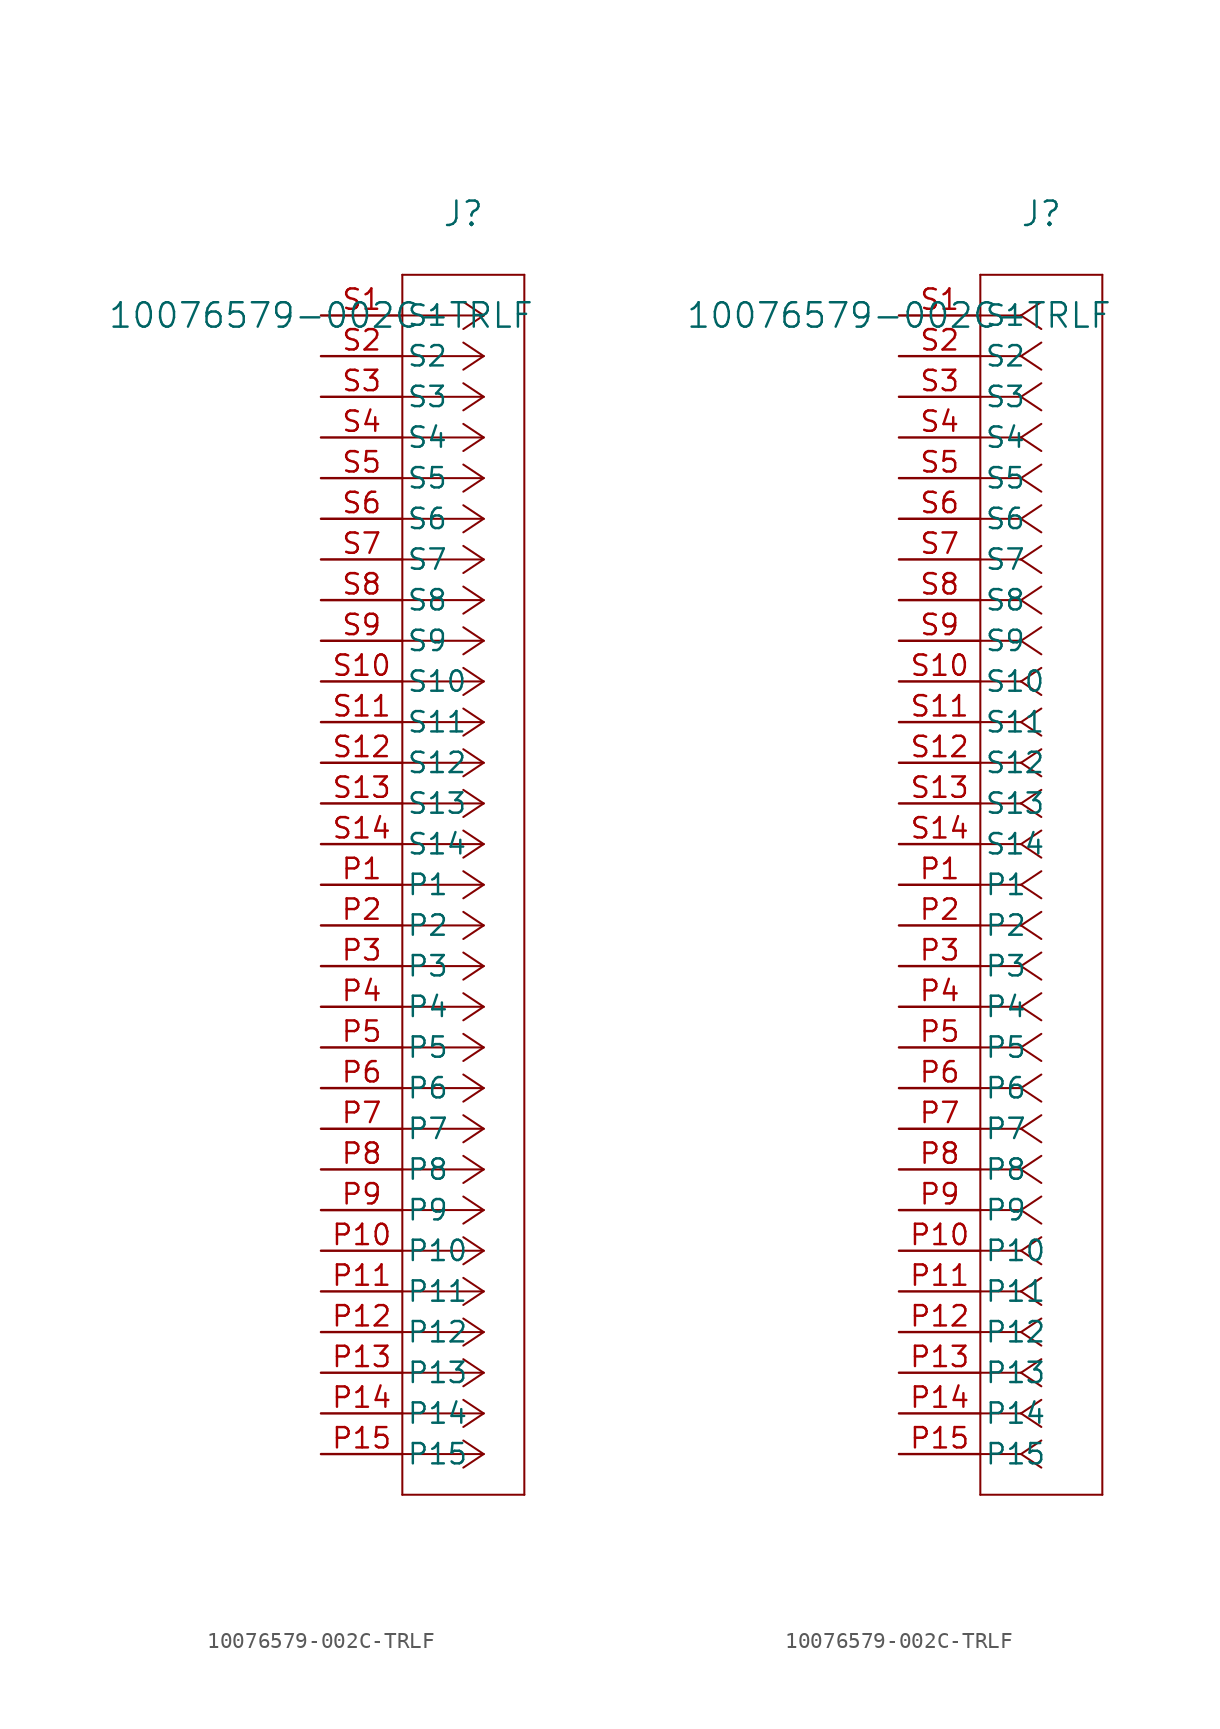
<source format=kicad_sym>
(kicad_symbol_lib
  (version 20211014)
  (generator kicad_symbol_editor)
  (symbol "10076579-002C-TRLF"
    (pin_names
      (offset 0.254))
    (property "Reference" "J"
      (at 8.89 6.35 0)
      (effects (font (size 1.524 1.524))))
    (property "Value" "10076579-002C-TRLF"
      (at 0 0 0)
      (effects (font (size 1.524 1.524))))
    (symbol "10076579-002C-TRLF_1_1"
      (polyline (pts (xy 10.16 0) (xy 5.08 0)) (stroke (width 0.127) (type default) (color 0 0 0 0)) (fill (type none)))
      (polyline (pts (xy 10.16 -2.54) (xy 5.08 -2.54)) (stroke (width 0.127) (type default) (color 0 0 0 0)) (fill (type none)))
      (polyline (pts (xy 10.16 -5.08) (xy 5.08 -5.08)) (stroke (width 0.127) (type default) (color 0 0 0 0)) (fill (type none)))
      (polyline (pts (xy 10.16 -7.62) (xy 5.08 -7.62)) (stroke (width 0.127) (type default) (color 0 0 0 0)) (fill (type none)))
      (polyline (pts (xy 10.16 -10.16) (xy 5.08 -10.16)) (stroke (width 0.127) (type default) (color 0 0 0 0)) (fill (type none)))
      (polyline (pts (xy 10.16 -12.7) (xy 5.08 -12.7)) (stroke (width 0.127) (type default) (color 0 0 0 0)) (fill (type none)))
      (polyline (pts (xy 10.16 -15.24) (xy 5.08 -15.24)) (stroke (width 0.127) (type default) (color 0 0 0 0)) (fill (type none)))
      (polyline (pts (xy 10.16 -17.78) (xy 5.08 -17.78)) (stroke (width 0.127) (type default) (color 0 0 0 0)) (fill (type none)))
      (polyline (pts (xy 10.16 -20.32) (xy 5.08 -20.32)) (stroke (width 0.127) (type default) (color 0 0 0 0)) (fill (type none)))
      (polyline (pts (xy 10.16 -22.86) (xy 5.08 -22.86)) (stroke (width 0.127) (type default) (color 0 0 0 0)) (fill (type none)))
      (polyline (pts (xy 10.16 -25.4) (xy 5.08 -25.4)) (stroke (width 0.127) (type default) (color 0 0 0 0)) (fill (type none)))
      (polyline (pts (xy 10.16 -27.94) (xy 5.08 -27.94)) (stroke (width 0.127) (type default) (color 0 0 0 0)) (fill (type none)))
      (polyline (pts (xy 10.16 -30.48) (xy 5.08 -30.48)) (stroke (width 0.127) (type default) (color 0 0 0 0)) (fill (type none)))
      (polyline (pts (xy 10.16 -33.02) (xy 5.08 -33.02)) (stroke (width 0.127) (type default) (color 0 0 0 0)) (fill (type none)))
      (polyline (pts (xy 10.16 -35.56) (xy 5.08 -35.56)) (stroke (width 0.127) (type default) (color 0 0 0 0)) (fill (type none)))
      (polyline (pts (xy 10.16 -38.1) (xy 5.08 -38.1)) (stroke (width 0.127) (type default) (color 0 0 0 0)) (fill (type none)))
      (polyline (pts (xy 10.16 -40.64) (xy 5.08 -40.64)) (stroke (width 0.127) (type default) (color 0 0 0 0)) (fill (type none)))
      (polyline (pts (xy 10.16 -43.18) (xy 5.08 -43.18)) (stroke (width 0.127) (type default) (color 0 0 0 0)) (fill (type none)))
      (polyline (pts (xy 10.16 -45.72) (xy 5.08 -45.72)) (stroke (width 0.127) (type default) (color 0 0 0 0)) (fill (type none)))
      (polyline (pts (xy 10.16 -48.26) (xy 5.08 -48.26)) (stroke (width 0.127) (type default) (color 0 0 0 0)) (fill (type none)))
      (polyline (pts (xy 10.16 -50.8) (xy 5.08 -50.8)) (stroke (width 0.127) (type default) (color 0 0 0 0)) (fill (type none)))
      (polyline (pts (xy 10.16 -53.34) (xy 5.08 -53.34)) (stroke (width 0.127) (type default) (color 0 0 0 0)) (fill (type none)))
      (polyline (pts (xy 10.16 -55.88) (xy 5.08 -55.88)) (stroke (width 0.127) (type default) (color 0 0 0 0)) (fill (type none)))
      (polyline (pts (xy 10.16 -58.42) (xy 5.08 -58.42)) (stroke (width 0.127) (type default) (color 0 0 0 0)) (fill (type none)))
      (polyline (pts (xy 10.16 -60.96) (xy 5.08 -60.96)) (stroke (width 0.127) (type default) (color 0 0 0 0)) (fill (type none)))
      (polyline (pts (xy 10.16 -63.5) (xy 5.08 -63.5)) (stroke (width 0.127) (type default) (color 0 0 0 0)) (fill (type none)))
      (polyline (pts (xy 10.16 -66.04) (xy 5.08 -66.04)) (stroke (width 0.127) (type default) (color 0 0 0 0)) (fill (type none)))
      (polyline (pts (xy 10.16 -68.58) (xy 5.08 -68.58)) (stroke (width 0.127) (type default) (color 0 0 0 0)) (fill (type none)))
      (polyline (pts (xy 10.16 -71.12) (xy 5.08 -71.12)) (stroke (width 0.127) (type default) (color 0 0 0 0)) (fill (type none)))
      (polyline (pts (xy 10.16 0) (xy 8.89 0.847)) (stroke (width 0.127) (type default) (color 0 0 0 0)) (fill (type none)))
      (polyline (pts (xy 10.16 -2.54) (xy 8.89 -1.693)) (stroke (width 0.127) (type default) (color 0 0 0 0)) (fill (type none)))
      (polyline (pts (xy 10.16 -5.08) (xy 8.89 -4.233)) (stroke (width 0.127) (type default) (color 0 0 0 0)) (fill (type none)))
      (polyline (pts (xy 10.16 -7.62) (xy 8.89 -6.773)) (stroke (width 0.127) (type default) (color 0 0 0 0)) (fill (type none)))
      (polyline (pts (xy 10.16 -10.16) (xy 8.89 -9.313)) (stroke (width 0.127) (type default) (color 0 0 0 0)) (fill (type none)))
      (polyline (pts (xy 10.16 -12.7) (xy 8.89 -11.853)) (stroke (width 0.127) (type default) (color 0 0 0 0)) (fill (type none)))
      (polyline (pts (xy 10.16 -15.24) (xy 8.89 -14.393)) (stroke (width 0.127) (type default) (color 0 0 0 0)) (fill (type none)))
      (polyline (pts (xy 10.16 -17.78) (xy 8.89 -16.933)) (stroke (width 0.127) (type default) (color 0 0 0 0)) (fill (type none)))
      (polyline (pts (xy 10.16 -20.32) (xy 8.89 -19.473)) (stroke (width 0.127) (type default) (color 0 0 0 0)) (fill (type none)))
      (polyline (pts (xy 10.16 -22.86) (xy 8.89 -22.013)) (stroke (width 0.127) (type default) (color 0 0 0 0)) (fill (type none)))
      (polyline (pts (xy 10.16 -25.4) (xy 8.89 -24.553)) (stroke (width 0.127) (type default) (color 0 0 0 0)) (fill (type none)))
      (polyline (pts (xy 10.16 -27.94) (xy 8.89 -27.093)) (stroke (width 0.127) (type default) (color 0 0 0 0)) (fill (type none)))
      (polyline (pts (xy 10.16 -30.48) (xy 8.89 -29.633)) (stroke (width 0.127) (type default) (color 0 0 0 0)) (fill (type none)))
      (polyline (pts (xy 10.16 -33.02) (xy 8.89 -32.173)) (stroke (width 0.127) (type default) (color 0 0 0 0)) (fill (type none)))
      (polyline (pts (xy 10.16 -35.56) (xy 8.89 -34.713)) (stroke (width 0.127) (type default) (color 0 0 0 0)) (fill (type none)))
      (polyline (pts (xy 10.16 -38.1) (xy 8.89 -37.253)) (stroke (width 0.127) (type default) (color 0 0 0 0)) (fill (type none)))
      (polyline (pts (xy 10.16 -40.64) (xy 8.89 -39.793)) (stroke (width 0.127) (type default) (color 0 0 0 0)) (fill (type none)))
      (polyline (pts (xy 10.16 -43.18) (xy 8.89 -42.333)) (stroke (width 0.127) (type default) (color 0 0 0 0)) (fill (type none)))
      (polyline (pts (xy 10.16 -45.72) (xy 8.89 -44.873)) (stroke (width 0.127) (type default) (color 0 0 0 0)) (fill (type none)))
      (polyline (pts (xy 10.16 -48.26) (xy 8.89 -47.413)) (stroke (width 0.127) (type default) (color 0 0 0 0)) (fill (type none)))
      (polyline (pts (xy 10.16 -50.8) (xy 8.89 -49.953)) (stroke (width 0.127) (type default) (color 0 0 0 0)) (fill (type none)))
      (polyline (pts (xy 10.16 -53.34) (xy 8.89 -52.493)) (stroke (width 0.127) (type default) (color 0 0 0 0)) (fill (type none)))
      (polyline (pts (xy 10.16 -55.88) (xy 8.89 -55.033)) (stroke (width 0.127) (type default) (color 0 0 0 0)) (fill (type none)))
      (polyline (pts (xy 10.16 -58.42) (xy 8.89 -57.573)) (stroke (width 0.127) (type default) (color 0 0 0 0)) (fill (type none)))
      (polyline (pts (xy 10.16 -60.96) (xy 8.89 -60.113)) (stroke (width 0.127) (type default) (color 0 0 0 0)) (fill (type none)))
      (polyline (pts (xy 10.16 -63.5) (xy 8.89 -62.653)) (stroke (width 0.127) (type default) (color 0 0 0 0)) (fill (type none)))
      (polyline (pts (xy 10.16 -66.04) (xy 8.89 -65.193)) (stroke (width 0.127) (type default) (color 0 0 0 0)) (fill (type none)))
      (polyline (pts (xy 10.16 -68.58) (xy 8.89 -67.733)) (stroke (width 0.127) (type default) (color 0 0 0 0)) (fill (type none)))
      (polyline (pts (xy 10.16 -71.12) (xy 8.89 -70.273)) (stroke (width 0.127) (type default) (color 0 0 0 0)) (fill (type none)))
      (polyline (pts (xy 10.16 0) (xy 8.89 -0.847)) (stroke (width 0.127) (type default) (color 0 0 0 0)) (fill (type none)))
      (polyline (pts (xy 10.16 -2.54) (xy 8.89 -3.387)) (stroke (width 0.127) (type default) (color 0 0 0 0)) (fill (type none)))
      (polyline (pts (xy 10.16 -5.08) (xy 8.89 -5.927)) (stroke (width 0.127) (type default) (color 0 0 0 0)) (fill (type none)))
      (polyline (pts (xy 10.16 -7.62) (xy 8.89 -8.467)) (stroke (width 0.127) (type default) (color 0 0 0 0)) (fill (type none)))
      (polyline (pts (xy 10.16 -10.16) (xy 8.89 -11.007)) (stroke (width 0.127) (type default) (color 0 0 0 0)) (fill (type none)))
      (polyline (pts (xy 10.16 -12.7) (xy 8.89 -13.547)) (stroke (width 0.127) (type default) (color 0 0 0 0)) (fill (type none)))
      (polyline (pts (xy 10.16 -15.24) (xy 8.89 -16.087)) (stroke (width 0.127) (type default) (color 0 0 0 0)) (fill (type none)))
      (polyline (pts (xy 10.16 -17.78) (xy 8.89 -18.627)) (stroke (width 0.127) (type default) (color 0 0 0 0)) (fill (type none)))
      (polyline (pts (xy 10.16 -20.32) (xy 8.89 -21.167)) (stroke (width 0.127) (type default) (color 0 0 0 0)) (fill (type none)))
      (polyline (pts (xy 10.16 -22.86) (xy 8.89 -23.707)) (stroke (width 0.127) (type default) (color 0 0 0 0)) (fill (type none)))
      (polyline (pts (xy 10.16 -25.4) (xy 8.89 -26.247)) (stroke (width 0.127) (type default) (color 0 0 0 0)) (fill (type none)))
      (polyline (pts (xy 10.16 -27.94) (xy 8.89 -28.787)) (stroke (width 0.127) (type default) (color 0 0 0 0)) (fill (type none)))
      (polyline (pts (xy 10.16 -30.48) (xy 8.89 -31.327)) (stroke (width 0.127) (type default) (color 0 0 0 0)) (fill (type none)))
      (polyline (pts (xy 10.16 -33.02) (xy 8.89 -33.867)) (stroke (width 0.127) (type default) (color 0 0 0 0)) (fill (type none)))
      (polyline (pts (xy 10.16 -35.56) (xy 8.89 -36.407)) (stroke (width 0.127) (type default) (color 0 0 0 0)) (fill (type none)))
      (polyline (pts (xy 10.16 -38.1) (xy 8.89 -38.947)) (stroke (width 0.127) (type default) (color 0 0 0 0)) (fill (type none)))
      (polyline (pts (xy 10.16 -40.64) (xy 8.89 -41.487)) (stroke (width 0.127) (type default) (color 0 0 0 0)) (fill (type none)))
      (polyline (pts (xy 10.16 -43.18) (xy 8.89 -44.027)) (stroke (width 0.127) (type default) (color 0 0 0 0)) (fill (type none)))
      (polyline (pts (xy 10.16 -45.72) (xy 8.89 -46.567)) (stroke (width 0.127) (type default) (color 0 0 0 0)) (fill (type none)))
      (polyline (pts (xy 10.16 -48.26) (xy 8.89 -49.107)) (stroke (width 0.127) (type default) (color 0 0 0 0)) (fill (type none)))
      (polyline (pts (xy 10.16 -50.8) (xy 8.89 -51.647)) (stroke (width 0.127) (type default) (color 0 0 0 0)) (fill (type none)))
      (polyline (pts (xy 10.16 -53.34) (xy 8.89 -54.187)) (stroke (width 0.127) (type default) (color 0 0 0 0)) (fill (type none)))
      (polyline (pts (xy 10.16 -55.88) (xy 8.89 -56.727)) (stroke (width 0.127) (type default) (color 0 0 0 0)) (fill (type none)))
      (polyline (pts (xy 10.16 -58.42) (xy 8.89 -59.267)) (stroke (width 0.127) (type default) (color 0 0 0 0)) (fill (type none)))
      (polyline (pts (xy 10.16 -60.96) (xy 8.89 -61.807)) (stroke (width 0.127) (type default) (color 0 0 0 0)) (fill (type none)))
      (polyline (pts (xy 10.16 -63.5) (xy 8.89 -64.347)) (stroke (width 0.127) (type default) (color 0 0 0 0)) (fill (type none)))
      (polyline (pts (xy 10.16 -66.04) (xy 8.89 -66.887)) (stroke (width 0.127) (type default) (color 0 0 0 0)) (fill (type none)))
      (polyline (pts (xy 10.16 -68.58) (xy 8.89 -69.427)) (stroke (width 0.127) (type default) (color 0 0 0 0)) (fill (type none)))
      (polyline (pts (xy 10.16 -71.12) (xy 8.89 -71.967)) (stroke (width 0.127) (type default) (color 0 0 0 0)) (fill (type none)))
      (polyline (pts (xy 5.08 2.54) (xy 5.08 -73.66)) (stroke (width 0.127) (type default) (color 0 0 0 0)) (fill (type none)))
      (polyline (pts (xy 5.08 -73.66) (xy 12.7 -73.66)) (stroke (width 0.127) (type default) (color 0 0 0 0)) (fill (type none)))
      (polyline (pts (xy 12.7 -73.66) (xy 12.7 2.54)) (stroke (width 0.127) (type default) (color 0 0 0 0)) (fill (type none)))
      (polyline (pts (xy 12.7 2.54) (xy 5.08 2.54)) (stroke (width 0.127) (type default) (color 0 0 0 0)) (fill (type none)))
      (pin unspecified line (at 0 0 0) (length 5.08) (name "S1" (effects (font (size 1.27 1.27)))) (number "S1" (effects (font (size 1.27 1.27)))))
      (pin unspecified line (at 0 -2.54 0) (length 5.08) (name "S2" (effects (font (size 1.27 1.27)))) (number "S2" (effects (font (size 1.27 1.27)))))
      (pin unspecified line (at 0 -5.08 0) (length 5.08) (name "S3" (effects (font (size 1.27 1.27)))) (number "S3" (effects (font (size 1.27 1.27)))))
      (pin unspecified line (at 0 -7.62 0) (length 5.08) (name "S4" (effects (font (size 1.27 1.27)))) (number "S4" (effects (font (size 1.27 1.27)))))
      (pin unspecified line (at 0 -10.16 0) (length 5.08) (name "S5" (effects (font (size 1.27 1.27)))) (number "S5" (effects (font (size 1.27 1.27)))))
      (pin unspecified line (at 0 -12.7 0) (length 5.08) (name "S6" (effects (font (size 1.27 1.27)))) (number "S6" (effects (font (size 1.27 1.27)))))
      (pin unspecified line (at 0 -15.24 0) (length 5.08) (name "S7" (effects (font (size 1.27 1.27)))) (number "S7" (effects (font (size 1.27 1.27)))))
      (pin unspecified line (at 0 -17.78 0) (length 5.08) (name "S8" (effects (font (size 1.27 1.27)))) (number "S8" (effects (font (size 1.27 1.27)))))
      (pin unspecified line (at 0 -20.32 0) (length 5.08) (name "S9" (effects (font (size 1.27 1.27)))) (number "S9" (effects (font (size 1.27 1.27)))))
      (pin unspecified line (at 0 -22.86 0) (length 5.08) (name "S10" (effects (font (size 1.27 1.27)))) (number "S10" (effects (font (size 1.27 1.27)))))
      (pin unspecified line (at 0 -25.4 0) (length 5.08) (name "S11" (effects (font (size 1.27 1.27)))) (number "S11" (effects (font (size 1.27 1.27)))))
      (pin unspecified line (at 0 -27.94 0) (length 5.08) (name "S12" (effects (font (size 1.27 1.27)))) (number "S12" (effects (font (size 1.27 1.27)))))
      (pin unspecified line (at 0 -30.48 0) (length 5.08) (name "S13" (effects (font (size 1.27 1.27)))) (number "S13" (effects (font (size 1.27 1.27)))))
      (pin unspecified line (at 0 -33.02 0) (length 5.08) (name "S14" (effects (font (size 1.27 1.27)))) (number "S14" (effects (font (size 1.27 1.27)))))
      (pin unspecified line (at 0 -35.56 0) (length 5.08) (name "P1" (effects (font (size 1.27 1.27)))) (number "P1" (effects (font (size 1.27 1.27)))))
      (pin unspecified line (at 0 -38.1 0) (length 5.08) (name "P2" (effects (font (size 1.27 1.27)))) (number "P2" (effects (font (size 1.27 1.27)))))
      (pin unspecified line (at 0 -40.64 0) (length 5.08) (name "P3" (effects (font (size 1.27 1.27)))) (number "P3" (effects (font (size 1.27 1.27)))))
      (pin unspecified line (at 0 -43.18 0) (length 5.08) (name "P4" (effects (font (size 1.27 1.27)))) (number "P4" (effects (font (size 1.27 1.27)))))
      (pin unspecified line (at 0 -45.72 0) (length 5.08) (name "P5" (effects (font (size 1.27 1.27)))) (number "P5" (effects (font (size 1.27 1.27)))))
      (pin unspecified line (at 0 -48.26 0) (length 5.08) (name "P6" (effects (font (size 1.27 1.27)))) (number "P6" (effects (font (size 1.27 1.27)))))
      (pin unspecified line (at 0 -50.8 0) (length 5.08) (name "P7" (effects (font (size 1.27 1.27)))) (number "P7" (effects (font (size 1.27 1.27)))))
      (pin unspecified line (at 0 -53.34 0) (length 5.08) (name "P8" (effects (font (size 1.27 1.27)))) (number "P8" (effects (font (size 1.27 1.27)))))
      (pin unspecified line (at 0 -55.88 0) (length 5.08) (name "P9" (effects (font (size 1.27 1.27)))) (number "P9" (effects (font (size 1.27 1.27)))))
      (pin unspecified line (at 0 -58.42 0) (length 5.08) (name "P10" (effects (font (size 1.27 1.27)))) (number "P10" (effects (font (size 1.27 1.27)))))
      (pin unspecified line (at 0 -60.96 0) (length 5.08) (name "P11" (effects (font (size 1.27 1.27)))) (number "P11" (effects (font (size 1.27 1.27)))))
      (pin unspecified line (at 0 -63.5 0) (length 5.08) (name "P12" (effects (font (size 1.27 1.27)))) (number "P12" (effects (font (size 1.27 1.27)))))
      (pin unspecified line (at 0 -66.04 0) (length 5.08) (name "P13" (effects (font (size 1.27 1.27)))) (number "P13" (effects (font (size 1.27 1.27)))))
      (pin unspecified line (at 0 -68.58 0) (length 5.08) (name "P14" (effects (font (size 1.27 1.27)))) (number "P14" (effects (font (size 1.27 1.27)))))
      (pin unspecified line (at 0 -71.12 0) (length 5.08) (name "P15" (effects (font (size 1.27 1.27)))) (number "P15" (effects (font (size 1.27 1.27))))))
    (symbol "10076579-002C-TRLF_1_2"
      (polyline (pts (xy 7.62 0) (xy 5.08 0)) (stroke (width 0.127) (type default) (color 0 0 0 0)) (fill (type none)))
      (polyline (pts (xy 7.62 -2.54) (xy 5.08 -2.54)) (stroke (width 0.127) (type default) (color 0 0 0 0)) (fill (type none)))
      (polyline (pts (xy 7.62 -5.08) (xy 5.08 -5.08)) (stroke (width 0.127) (type default) (color 0 0 0 0)) (fill (type none)))
      (polyline (pts (xy 7.62 -7.62) (xy 5.08 -7.62)) (stroke (width 0.127) (type default) (color 0 0 0 0)) (fill (type none)))
      (polyline (pts (xy 7.62 -10.16) (xy 5.08 -10.16)) (stroke (width 0.127) (type default) (color 0 0 0 0)) (fill (type none)))
      (polyline (pts (xy 7.62 -12.7) (xy 5.08 -12.7)) (stroke (width 0.127) (type default) (color 0 0 0 0)) (fill (type none)))
      (polyline (pts (xy 7.62 -15.24) (xy 5.08 -15.24)) (stroke (width 0.127) (type default) (color 0 0 0 0)) (fill (type none)))
      (polyline (pts (xy 7.62 -17.78) (xy 5.08 -17.78)) (stroke (width 0.127) (type default) (color 0 0 0 0)) (fill (type none)))
      (polyline (pts (xy 7.62 -20.32) (xy 5.08 -20.32)) (stroke (width 0.127) (type default) (color 0 0 0 0)) (fill (type none)))
      (polyline (pts (xy 7.62 -22.86) (xy 5.08 -22.86)) (stroke (width 0.127) (type default) (color 0 0 0 0)) (fill (type none)))
      (polyline (pts (xy 7.62 -25.4) (xy 5.08 -25.4)) (stroke (width 0.127) (type default) (color 0 0 0 0)) (fill (type none)))
      (polyline (pts (xy 7.62 -27.94) (xy 5.08 -27.94)) (stroke (width 0.127) (type default) (color 0 0 0 0)) (fill (type none)))
      (polyline (pts (xy 7.62 -30.48) (xy 5.08 -30.48)) (stroke (width 0.127) (type default) (color 0 0 0 0)) (fill (type none)))
      (polyline (pts (xy 7.62 -33.02) (xy 5.08 -33.02)) (stroke (width 0.127) (type default) (color 0 0 0 0)) (fill (type none)))
      (polyline (pts (xy 7.62 -35.56) (xy 5.08 -35.56)) (stroke (width 0.127) (type default) (color 0 0 0 0)) (fill (type none)))
      (polyline (pts (xy 7.62 -38.1) (xy 5.08 -38.1)) (stroke (width 0.127) (type default) (color 0 0 0 0)) (fill (type none)))
      (polyline (pts (xy 7.62 -40.64) (xy 5.08 -40.64)) (stroke (width 0.127) (type default) (color 0 0 0 0)) (fill (type none)))
      (polyline (pts (xy 7.62 -43.18) (xy 5.08 -43.18)) (stroke (width 0.127) (type default) (color 0 0 0 0)) (fill (type none)))
      (polyline (pts (xy 7.62 -45.72) (xy 5.08 -45.72)) (stroke (width 0.127) (type default) (color 0 0 0 0)) (fill (type none)))
      (polyline (pts (xy 7.62 -48.26) (xy 5.08 -48.26)) (stroke (width 0.127) (type default) (color 0 0 0 0)) (fill (type none)))
      (polyline (pts (xy 7.62 -50.8) (xy 5.08 -50.8)) (stroke (width 0.127) (type default) (color 0 0 0 0)) (fill (type none)))
      (polyline (pts (xy 7.62 -53.34) (xy 5.08 -53.34)) (stroke (width 0.127) (type default) (color 0 0 0 0)) (fill (type none)))
      (polyline (pts (xy 7.62 -55.88) (xy 5.08 -55.88)) (stroke (width 0.127) (type default) (color 0 0 0 0)) (fill (type none)))
      (polyline (pts (xy 7.62 -58.42) (xy 5.08 -58.42)) (stroke (width 0.127) (type default) (color 0 0 0 0)) (fill (type none)))
      (polyline (pts (xy 7.62 -60.96) (xy 5.08 -60.96)) (stroke (width 0.127) (type default) (color 0 0 0 0)) (fill (type none)))
      (polyline (pts (xy 7.62 -63.5) (xy 5.08 -63.5)) (stroke (width 0.127) (type default) (color 0 0 0 0)) (fill (type none)))
      (polyline (pts (xy 7.62 -66.04) (xy 5.08 -66.04)) (stroke (width 0.127) (type default) (color 0 0 0 0)) (fill (type none)))
      (polyline (pts (xy 7.62 -68.58) (xy 5.08 -68.58)) (stroke (width 0.127) (type default) (color 0 0 0 0)) (fill (type none)))
      (polyline (pts (xy 7.62 -71.12) (xy 5.08 -71.12)) (stroke (width 0.127) (type default) (color 0 0 0 0)) (fill (type none)))
      (polyline (pts (xy 7.62 0) (xy 8.89 0.847)) (stroke (width 0.127) (type default) (color 0 0 0 0)) (fill (type none)))
      (polyline (pts (xy 7.62 -2.54) (xy 8.89 -1.693)) (stroke (width 0.127) (type default) (color 0 0 0 0)) (fill (type none)))
      (polyline (pts (xy 7.62 -5.08) (xy 8.89 -4.233)) (stroke (width 0.127) (type default) (color 0 0 0 0)) (fill (type none)))
      (polyline (pts (xy 7.62 -7.62) (xy 8.89 -6.773)) (stroke (width 0.127) (type default) (color 0 0 0 0)) (fill (type none)))
      (polyline (pts (xy 7.62 -10.16) (xy 8.89 -9.313)) (stroke (width 0.127) (type default) (color 0 0 0 0)) (fill (type none)))
      (polyline (pts (xy 7.62 -12.7) (xy 8.89 -11.853)) (stroke (width 0.127) (type default) (color 0 0 0 0)) (fill (type none)))
      (polyline (pts (xy 7.62 -15.24) (xy 8.89 -14.393)) (stroke (width 0.127) (type default) (color 0 0 0 0)) (fill (type none)))
      (polyline (pts (xy 7.62 -17.78) (xy 8.89 -16.933)) (stroke (width 0.127) (type default) (color 0 0 0 0)) (fill (type none)))
      (polyline (pts (xy 7.62 -20.32) (xy 8.89 -19.473)) (stroke (width 0.127) (type default) (color 0 0 0 0)) (fill (type none)))
      (polyline (pts (xy 7.62 -22.86) (xy 8.89 -22.013)) (stroke (width 0.127) (type default) (color 0 0 0 0)) (fill (type none)))
      (polyline (pts (xy 7.62 -25.4) (xy 8.89 -24.553)) (stroke (width 0.127) (type default) (color 0 0 0 0)) (fill (type none)))
      (polyline (pts (xy 7.62 -27.94) (xy 8.89 -27.093)) (stroke (width 0.127) (type default) (color 0 0 0 0)) (fill (type none)))
      (polyline (pts (xy 7.62 -30.48) (xy 8.89 -29.633)) (stroke (width 0.127) (type default) (color 0 0 0 0)) (fill (type none)))
      (polyline (pts (xy 7.62 -33.02) (xy 8.89 -32.173)) (stroke (width 0.127) (type default) (color 0 0 0 0)) (fill (type none)))
      (polyline (pts (xy 7.62 -35.56) (xy 8.89 -34.713)) (stroke (width 0.127) (type default) (color 0 0 0 0)) (fill (type none)))
      (polyline (pts (xy 7.62 -38.1) (xy 8.89 -37.253)) (stroke (width 0.127) (type default) (color 0 0 0 0)) (fill (type none)))
      (polyline (pts (xy 7.62 -40.64) (xy 8.89 -39.793)) (stroke (width 0.127) (type default) (color 0 0 0 0)) (fill (type none)))
      (polyline (pts (xy 7.62 -43.18) (xy 8.89 -42.333)) (stroke (width 0.127) (type default) (color 0 0 0 0)) (fill (type none)))
      (polyline (pts (xy 7.62 -45.72) (xy 8.89 -44.873)) (stroke (width 0.127) (type default) (color 0 0 0 0)) (fill (type none)))
      (polyline (pts (xy 7.62 -48.26) (xy 8.89 -47.413)) (stroke (width 0.127) (type default) (color 0 0 0 0)) (fill (type none)))
      (polyline (pts (xy 7.62 -50.8) (xy 8.89 -49.953)) (stroke (width 0.127) (type default) (color 0 0 0 0)) (fill (type none)))
      (polyline (pts (xy 7.62 -53.34) (xy 8.89 -52.493)) (stroke (width 0.127) (type default) (color 0 0 0 0)) (fill (type none)))
      (polyline (pts (xy 7.62 -55.88) (xy 8.89 -55.033)) (stroke (width 0.127) (type default) (color 0 0 0 0)) (fill (type none)))
      (polyline (pts (xy 7.62 -58.42) (xy 8.89 -57.573)) (stroke (width 0.127) (type default) (color 0 0 0 0)) (fill (type none)))
      (polyline (pts (xy 7.62 -60.96) (xy 8.89 -60.113)) (stroke (width 0.127) (type default) (color 0 0 0 0)) (fill (type none)))
      (polyline (pts (xy 7.62 -63.5) (xy 8.89 -62.653)) (stroke (width 0.127) (type default) (color 0 0 0 0)) (fill (type none)))
      (polyline (pts (xy 7.62 -66.04) (xy 8.89 -65.193)) (stroke (width 0.127) (type default) (color 0 0 0 0)) (fill (type none)))
      (polyline (pts (xy 7.62 -68.58) (xy 8.89 -67.733)) (stroke (width 0.127) (type default) (color 0 0 0 0)) (fill (type none)))
      (polyline (pts (xy 7.62 -71.12) (xy 8.89 -70.273)) (stroke (width 0.127) (type default) (color 0 0 0 0)) (fill (type none)))
      (polyline (pts (xy 7.62 0) (xy 8.89 -0.847)) (stroke (width 0.127) (type default) (color 0 0 0 0)) (fill (type none)))
      (polyline (pts (xy 7.62 -2.54) (xy 8.89 -3.387)) (stroke (width 0.127) (type default) (color 0 0 0 0)) (fill (type none)))
      (polyline (pts (xy 7.62 -5.08) (xy 8.89 -5.927)) (stroke (width 0.127) (type default) (color 0 0 0 0)) (fill (type none)))
      (polyline (pts (xy 7.62 -7.62) (xy 8.89 -8.467)) (stroke (width 0.127) (type default) (color 0 0 0 0)) (fill (type none)))
      (polyline (pts (xy 7.62 -10.16) (xy 8.89 -11.007)) (stroke (width 0.127) (type default) (color 0 0 0 0)) (fill (type none)))
      (polyline (pts (xy 7.62 -12.7) (xy 8.89 -13.547)) (stroke (width 0.127) (type default) (color 0 0 0 0)) (fill (type none)))
      (polyline (pts (xy 7.62 -15.24) (xy 8.89 -16.087)) (stroke (width 0.127) (type default) (color 0 0 0 0)) (fill (type none)))
      (polyline (pts (xy 7.62 -17.78) (xy 8.89 -18.627)) (stroke (width 0.127) (type default) (color 0 0 0 0)) (fill (type none)))
      (polyline (pts (xy 7.62 -20.32) (xy 8.89 -21.167)) (stroke (width 0.127) (type default) (color 0 0 0 0)) (fill (type none)))
      (polyline (pts (xy 7.62 -22.86) (xy 8.89 -23.707)) (stroke (width 0.127) (type default) (color 0 0 0 0)) (fill (type none)))
      (polyline (pts (xy 7.62 -25.4) (xy 8.89 -26.247)) (stroke (width 0.127) (type default) (color 0 0 0 0)) (fill (type none)))
      (polyline (pts (xy 7.62 -27.94) (xy 8.89 -28.787)) (stroke (width 0.127) (type default) (color 0 0 0 0)) (fill (type none)))
      (polyline (pts (xy 7.62 -30.48) (xy 8.89 -31.327)) (stroke (width 0.127) (type default) (color 0 0 0 0)) (fill (type none)))
      (polyline (pts (xy 7.62 -33.02) (xy 8.89 -33.867)) (stroke (width 0.127) (type default) (color 0 0 0 0)) (fill (type none)))
      (polyline (pts (xy 7.62 -35.56) (xy 8.89 -36.407)) (stroke (width 0.127) (type default) (color 0 0 0 0)) (fill (type none)))
      (polyline (pts (xy 7.62 -38.1) (xy 8.89 -38.947)) (stroke (width 0.127) (type default) (color 0 0 0 0)) (fill (type none)))
      (polyline (pts (xy 7.62 -40.64) (xy 8.89 -41.487)) (stroke (width 0.127) (type default) (color 0 0 0 0)) (fill (type none)))
      (polyline (pts (xy 7.62 -43.18) (xy 8.89 -44.027)) (stroke (width 0.127) (type default) (color 0 0 0 0)) (fill (type none)))
      (polyline (pts (xy 7.62 -45.72) (xy 8.89 -46.567)) (stroke (width 0.127) (type default) (color 0 0 0 0)) (fill (type none)))
      (polyline (pts (xy 7.62 -48.26) (xy 8.89 -49.107)) (stroke (width 0.127) (type default) (color 0 0 0 0)) (fill (type none)))
      (polyline (pts (xy 7.62 -50.8) (xy 8.89 -51.647)) (stroke (width 0.127) (type default) (color 0 0 0 0)) (fill (type none)))
      (polyline (pts (xy 7.62 -53.34) (xy 8.89 -54.187)) (stroke (width 0.127) (type default) (color 0 0 0 0)) (fill (type none)))
      (polyline (pts (xy 7.62 -55.88) (xy 8.89 -56.727)) (stroke (width 0.127) (type default) (color 0 0 0 0)) (fill (type none)))
      (polyline (pts (xy 7.62 -58.42) (xy 8.89 -59.267)) (stroke (width 0.127) (type default) (color 0 0 0 0)) (fill (type none)))
      (polyline (pts (xy 7.62 -60.96) (xy 8.89 -61.807)) (stroke (width 0.127) (type default) (color 0 0 0 0)) (fill (type none)))
      (polyline (pts (xy 7.62 -63.5) (xy 8.89 -64.347)) (stroke (width 0.127) (type default) (color 0 0 0 0)) (fill (type none)))
      (polyline (pts (xy 7.62 -66.04) (xy 8.89 -66.887)) (stroke (width 0.127) (type default) (color 0 0 0 0)) (fill (type none)))
      (polyline (pts (xy 7.62 -68.58) (xy 8.89 -69.427)) (stroke (width 0.127) (type default) (color 0 0 0 0)) (fill (type none)))
      (polyline (pts (xy 7.62 -71.12) (xy 8.89 -71.967)) (stroke (width 0.127) (type default) (color 0 0 0 0)) (fill (type none)))
      (polyline (pts (xy 5.08 2.54) (xy 5.08 -73.66)) (stroke (width 0.127) (type default) (color 0 0 0 0)) (fill (type none)))
      (polyline (pts (xy 5.08 -73.66) (xy 12.7 -73.66)) (stroke (width 0.127) (type default) (color 0 0 0 0)) (fill (type none)))
      (polyline (pts (xy 12.7 -73.66) (xy 12.7 2.54)) (stroke (width 0.127) (type default) (color 0 0 0 0)) (fill (type none)))
      (polyline (pts (xy 12.7 2.54) (xy 5.08 2.54)) (stroke (width 0.127) (type default) (color 0 0 0 0)) (fill (type none)))
      (pin unspecified line (at 0 0 0) (length 5.08) (name "S1" (effects (font (size 1.27 1.27)))) (number "S1" (effects (font (size 1.27 1.27)))))
      (pin unspecified line (at 0 -2.54 0) (length 5.08) (name "S2" (effects (font (size 1.27 1.27)))) (number "S2" (effects (font (size 1.27 1.27)))))
      (pin unspecified line (at 0 -5.08 0) (length 5.08) (name "S3" (effects (font (size 1.27 1.27)))) (number "S3" (effects (font (size 1.27 1.27)))))
      (pin unspecified line (at 0 -7.62 0) (length 5.08) (name "S4" (effects (font (size 1.27 1.27)))) (number "S4" (effects (font (size 1.27 1.27)))))
      (pin unspecified line (at 0 -10.16 0) (length 5.08) (name "S5" (effects (font (size 1.27 1.27)))) (number "S5" (effects (font (size 1.27 1.27)))))
      (pin unspecified line (at 0 -12.7 0) (length 5.08) (name "S6" (effects (font (size 1.27 1.27)))) (number "S6" (effects (font (size 1.27 1.27)))))
      (pin unspecified line (at 0 -15.24 0) (length 5.08) (name "S7" (effects (font (size 1.27 1.27)))) (number "S7" (effects (font (size 1.27 1.27)))))
      (pin unspecified line (at 0 -17.78 0) (length 5.08) (name "S8" (effects (font (size 1.27 1.27)))) (number "S8" (effects (font (size 1.27 1.27)))))
      (pin unspecified line (at 0 -20.32 0) (length 5.08) (name "S9" (effects (font (size 1.27 1.27)))) (number "S9" (effects (font (size 1.27 1.27)))))
      (pin unspecified line (at 0 -22.86 0) (length 5.08) (name "S10" (effects (font (size 1.27 1.27)))) (number "S10" (effects (font (size 1.27 1.27)))))
      (pin unspecified line (at 0 -25.4 0) (length 5.08) (name "S11" (effects (font (size 1.27 1.27)))) (number "S11" (effects (font (size 1.27 1.27)))))
      (pin unspecified line (at 0 -27.94 0) (length 5.08) (name "S12" (effects (font (size 1.27 1.27)))) (number "S12" (effects (font (size 1.27 1.27)))))
      (pin unspecified line (at 0 -30.48 0) (length 5.08) (name "S13" (effects (font (size 1.27 1.27)))) (number "S13" (effects (font (size 1.27 1.27)))))
      (pin unspecified line (at 0 -33.02 0) (length 5.08) (name "S14" (effects (font (size 1.27 1.27)))) (number "S14" (effects (font (size 1.27 1.27)))))
      (pin unspecified line (at 0 -35.56 0) (length 5.08) (name "P1" (effects (font (size 1.27 1.27)))) (number "P1" (effects (font (size 1.27 1.27)))))
      (pin unspecified line (at 0 -38.1 0) (length 5.08) (name "P2" (effects (font (size 1.27 1.27)))) (number "P2" (effects (font (size 1.27 1.27)))))
      (pin unspecified line (at 0 -40.64 0) (length 5.08) (name "P3" (effects (font (size 1.27 1.27)))) (number "P3" (effects (font (size 1.27 1.27)))))
      (pin unspecified line (at 0 -43.18 0) (length 5.08) (name "P4" (effects (font (size 1.27 1.27)))) (number "P4" (effects (font (size 1.27 1.27)))))
      (pin unspecified line (at 0 -45.72 0) (length 5.08) (name "P5" (effects (font (size 1.27 1.27)))) (number "P5" (effects (font (size 1.27 1.27)))))
      (pin unspecified line (at 0 -48.26 0) (length 5.08) (name "P6" (effects (font (size 1.27 1.27)))) (number "P6" (effects (font (size 1.27 1.27)))))
      (pin unspecified line (at 0 -50.8 0) (length 5.08) (name "P7" (effects (font (size 1.27 1.27)))) (number "P7" (effects (font (size 1.27 1.27)))))
      (pin unspecified line (at 0 -53.34 0) (length 5.08) (name "P8" (effects (font (size 1.27 1.27)))) (number "P8" (effects (font (size 1.27 1.27)))))
      (pin unspecified line (at 0 -55.88 0) (length 5.08) (name "P9" (effects (font (size 1.27 1.27)))) (number "P9" (effects (font (size 1.27 1.27)))))
      (pin unspecified line (at 0 -58.42 0) (length 5.08) (name "P10" (effects (font (size 1.27 1.27)))) (number "P10" (effects (font (size 1.27 1.27)))))
      (pin unspecified line (at 0 -60.96 0) (length 5.08) (name "P11" (effects (font (size 1.27 1.27)))) (number "P11" (effects (font (size 1.27 1.27)))))
      (pin unspecified line (at 0 -63.5 0) (length 5.08) (name "P12" (effects (font (size 1.27 1.27)))) (number "P12" (effects (font (size 1.27 1.27)))))
      (pin unspecified line (at 0 -66.04 0) (length 5.08) (name "P13" (effects (font (size 1.27 1.27)))) (number "P13" (effects (font (size 1.27 1.27)))))
      (pin unspecified line (at 0 -68.58 0) (length 5.08) (name "P14" (effects (font (size 1.27 1.27)))) (number "P14" (effects (font (size 1.27 1.27)))))
      (pin unspecified line (at 0 -71.12 0) (length 5.08) (name "P15" (effects (font (size 1.27 1.27)))) (number "P15" (effects (font (size 1.27 1.27))))))))
</source>
